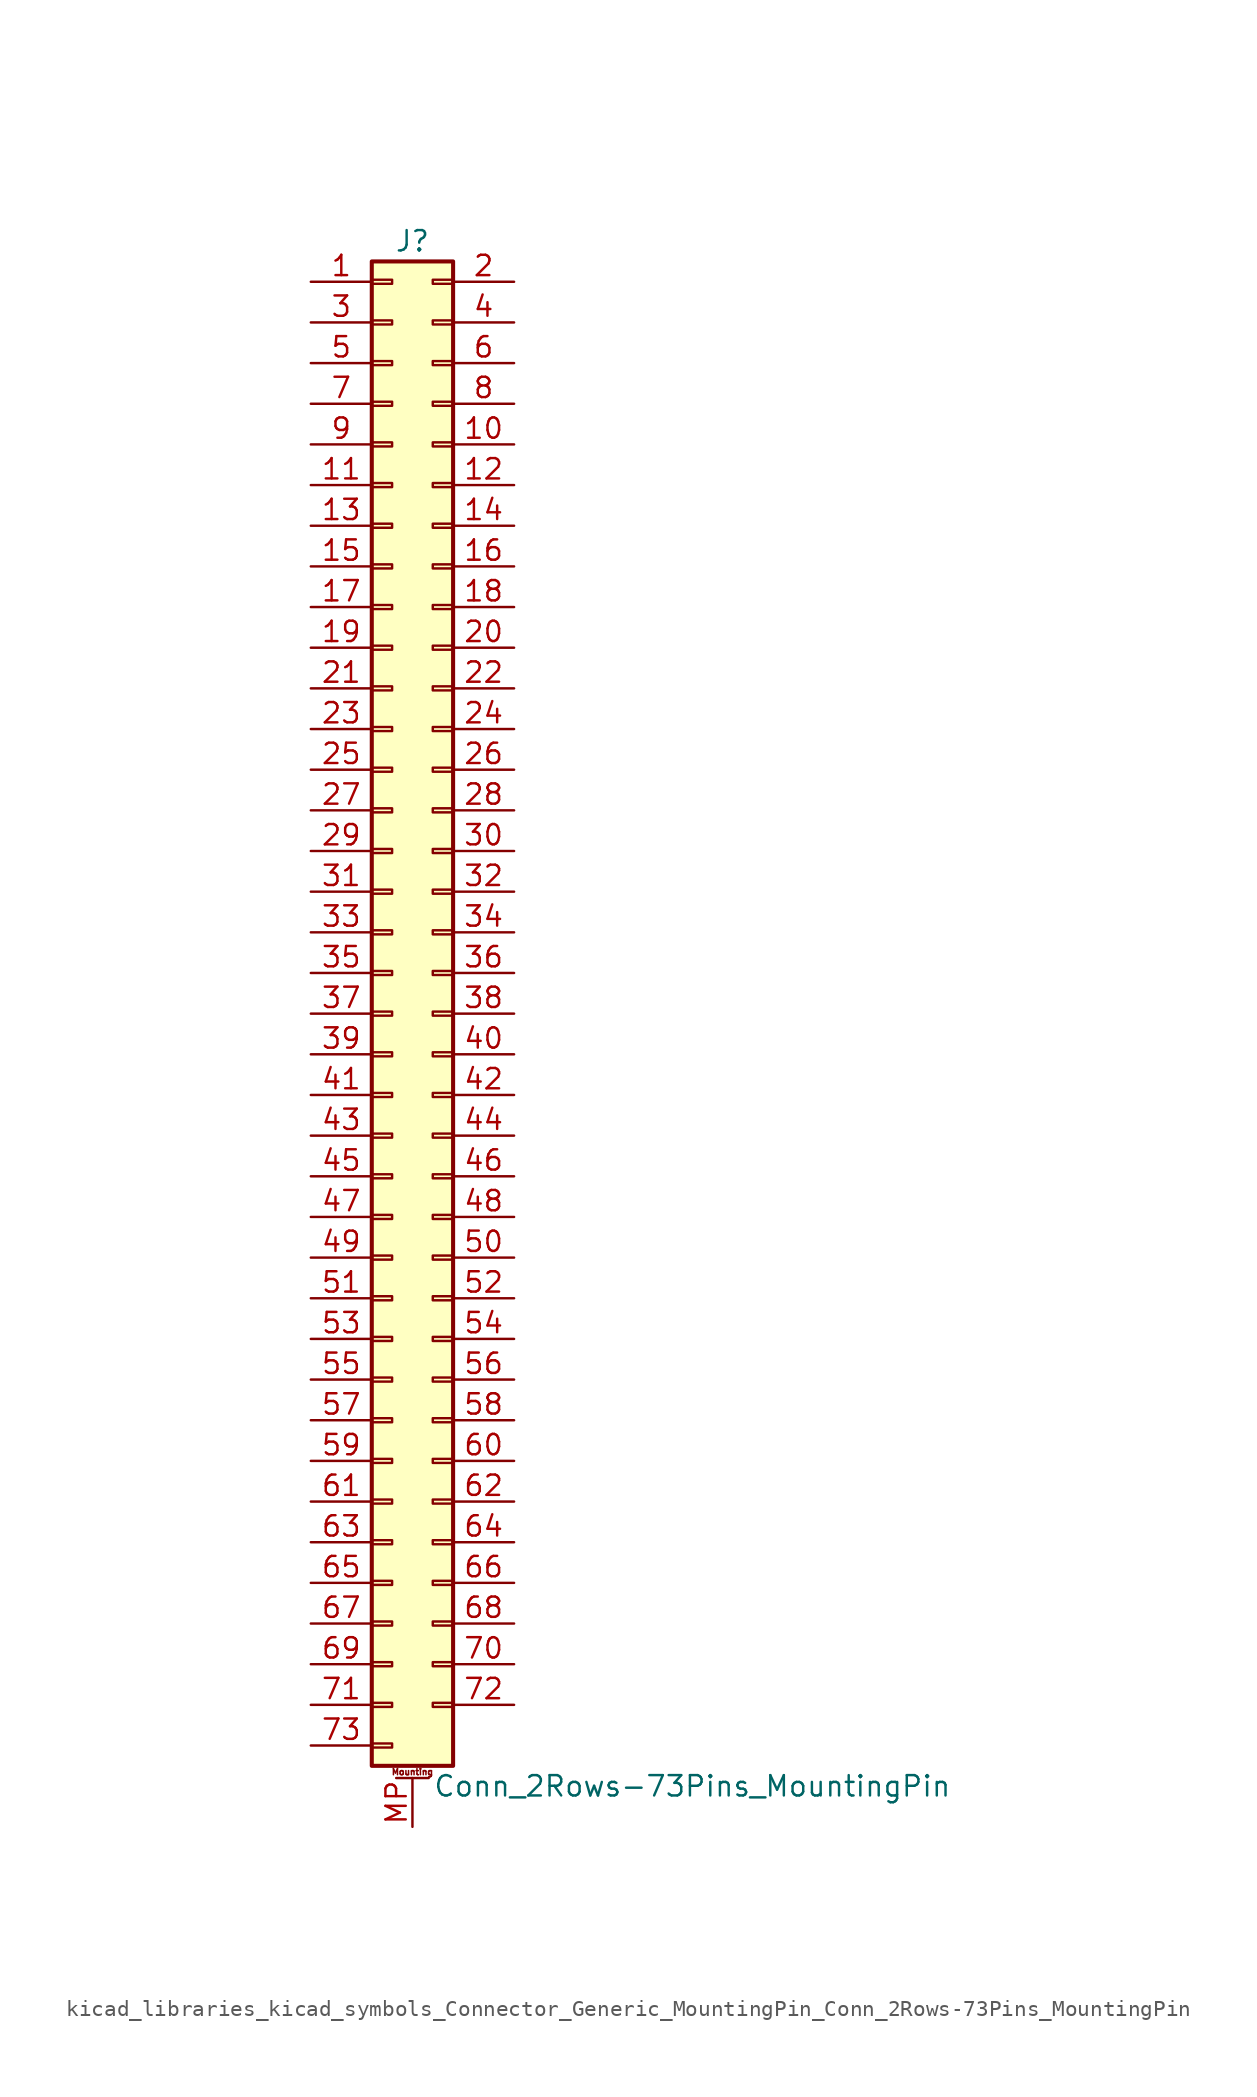
<source format=kicad_sym>
(kicad_symbol_lib
  (version 20220914)
  (generator kicad_symbol_editor)
  (symbol "kicad_libraries_kicad_symbols_Connector_Generic_MountingPin_Conn_2Rows-73Pins_MountingPin"
    (pin_names
      (offset 1.016) hide)
    (property "Reference" "J"
      (at 1.27 48.26 0)
      (effects (font (size 1.27 1.27))))
    (property "Value" "Conn_2Rows-73Pins_MountingPin"
      (at 2.54 -48.26 0)
      (effects (font (size 1.27 1.27)) (justify left)))
    (symbol "kicad_libraries_kicad_symbols_Connector_Generic_MountingPin_Conn_2Rows-73Pins_MountingPin_1_1"
      (rectangle (start -1.27 -45.593) (end 0 -45.847) (stroke (width 0.152) (type default)) (fill (type none)))
      (rectangle (start -1.27 -43.053) (end 0 -43.307) (stroke (width 0.152) (type default)) (fill (type none)))
      (rectangle (start -1.27 -40.513) (end 0 -40.767) (stroke (width 0.152) (type default)) (fill (type none)))
      (rectangle (start -1.27 -37.973) (end 0 -38.227) (stroke (width 0.152) (type default)) (fill (type none)))
      (rectangle (start -1.27 -35.433) (end 0 -35.687) (stroke (width 0.152) (type default)) (fill (type none)))
      (rectangle (start -1.27 -32.893) (end 0 -33.147) (stroke (width 0.152) (type default)) (fill (type none)))
      (rectangle (start -1.27 -30.353) (end 0 -30.607) (stroke (width 0.152) (type default)) (fill (type none)))
      (rectangle (start -1.27 -27.813) (end 0 -28.067) (stroke (width 0.152) (type default)) (fill (type none)))
      (rectangle (start -1.27 -25.273) (end 0 -25.527) (stroke (width 0.152) (type default)) (fill (type none)))
      (rectangle (start -1.27 -22.733) (end 0 -22.987) (stroke (width 0.152) (type default)) (fill (type none)))
      (rectangle (start -1.27 -20.193) (end 0 -20.447) (stroke (width 0.152) (type default)) (fill (type none)))
      (rectangle (start -1.27 -17.653) (end 0 -17.907) (stroke (width 0.152) (type default)) (fill (type none)))
      (rectangle (start -1.27 -15.113) (end 0 -15.367) (stroke (width 0.152) (type default)) (fill (type none)))
      (rectangle (start -1.27 -12.573) (end 0 -12.827) (stroke (width 0.152) (type default)) (fill (type none)))
      (rectangle (start -1.27 -10.033) (end 0 -10.287) (stroke (width 0.152) (type default)) (fill (type none)))
      (rectangle (start -1.27 -7.493) (end 0 -7.747) (stroke (width 0.152) (type default)) (fill (type none)))
      (rectangle (start -1.27 -4.953) (end 0 -5.207) (stroke (width 0.152) (type default)) (fill (type none)))
      (rectangle (start -1.27 -2.413) (end 0 -2.667) (stroke (width 0.152) (type default)) (fill (type none)))
      (rectangle (start -1.27 0.127) (end 0 -0.127) (stroke (width 0.152) (type default)) (fill (type none)))
      (rectangle (start -1.27 2.667) (end 0 2.413) (stroke (width 0.152) (type default)) (fill (type none)))
      (rectangle (start -1.27 5.207) (end 0 4.953) (stroke (width 0.152) (type default)) (fill (type none)))
      (rectangle (start -1.27 7.747) (end 0 7.493) (stroke (width 0.152) (type default)) (fill (type none)))
      (rectangle (start -1.27 10.287) (end 0 10.033) (stroke (width 0.152) (type default)) (fill (type none)))
      (rectangle (start -1.27 12.827) (end 0 12.573) (stroke (width 0.152) (type default)) (fill (type none)))
      (rectangle (start -1.27 15.367) (end 0 15.113) (stroke (width 0.152) (type default)) (fill (type none)))
      (rectangle (start -1.27 17.907) (end 0 17.653) (stroke (width 0.152) (type default)) (fill (type none)))
      (rectangle (start -1.27 20.447) (end 0 20.193) (stroke (width 0.152) (type default)) (fill (type none)))
      (rectangle (start -1.27 22.987) (end 0 22.733) (stroke (width 0.152) (type default)) (fill (type none)))
      (rectangle (start -1.27 25.527) (end 0 25.273) (stroke (width 0.152) (type default)) (fill (type none)))
      (rectangle (start -1.27 28.067) (end 0 27.813) (stroke (width 0.152) (type default)) (fill (type none)))
      (rectangle (start -1.27 30.607) (end 0 30.353) (stroke (width 0.152) (type default)) (fill (type none)))
      (rectangle (start -1.27 33.147) (end 0 32.893) (stroke (width 0.152) (type default)) (fill (type none)))
      (rectangle (start -1.27 35.687) (end 0 35.433) (stroke (width 0.152) (type default)) (fill (type none)))
      (rectangle (start -1.27 38.227) (end 0 37.973) (stroke (width 0.152) (type default)) (fill (type none)))
      (rectangle (start -1.27 40.767) (end 0 40.513) (stroke (width 0.152) (type default)) (fill (type none)))
      (rectangle (start -1.27 43.307) (end 0 43.053) (stroke (width 0.152) (type default)) (fill (type none)))
      (rectangle (start -1.27 45.847) (end 0 45.593) (stroke (width 0.152) (type default)) (fill (type none)))
      (rectangle (start -1.27 46.99) (end 3.81 -46.99) (stroke (width 0.254) (type default)) (fill (type background)))
      (polyline (pts (xy 0.254 -47.752) (xy 2.286 -47.752)) (stroke (width 0.152) (type default)) (fill (type none)))
      (rectangle (start 3.81 -43.053) (end 2.54 -43.307) (stroke (width 0.152) (type default)) (fill (type none)))
      (rectangle (start 3.81 -40.513) (end 2.54 -40.767) (stroke (width 0.152) (type default)) (fill (type none)))
      (rectangle (start 3.81 -37.973) (end 2.54 -38.227) (stroke (width 0.152) (type default)) (fill (type none)))
      (rectangle (start 3.81 -35.433) (end 2.54 -35.687) (stroke (width 0.152) (type default)) (fill (type none)))
      (rectangle (start 3.81 -32.893) (end 2.54 -33.147) (stroke (width 0.152) (type default)) (fill (type none)))
      (rectangle (start 3.81 -30.353) (end 2.54 -30.607) (stroke (width 0.152) (type default)) (fill (type none)))
      (rectangle (start 3.81 -27.813) (end 2.54 -28.067) (stroke (width 0.152) (type default)) (fill (type none)))
      (rectangle (start 3.81 -25.273) (end 2.54 -25.527) (stroke (width 0.152) (type default)) (fill (type none)))
      (rectangle (start 3.81 -22.733) (end 2.54 -22.987) (stroke (width 0.152) (type default)) (fill (type none)))
      (rectangle (start 3.81 -20.193) (end 2.54 -20.447) (stroke (width 0.152) (type default)) (fill (type none)))
      (rectangle (start 3.81 -17.653) (end 2.54 -17.907) (stroke (width 0.152) (type default)) (fill (type none)))
      (rectangle (start 3.81 -15.113) (end 2.54 -15.367) (stroke (width 0.152) (type default)) (fill (type none)))
      (rectangle (start 3.81 -12.573) (end 2.54 -12.827) (stroke (width 0.152) (type default)) (fill (type none)))
      (rectangle (start 3.81 -10.033) (end 2.54 -10.287) (stroke (width 0.152) (type default)) (fill (type none)))
      (rectangle (start 3.81 -7.493) (end 2.54 -7.747) (stroke (width 0.152) (type default)) (fill (type none)))
      (rectangle (start 3.81 -4.953) (end 2.54 -5.207) (stroke (width 0.152) (type default)) (fill (type none)))
      (rectangle (start 3.81 -2.413) (end 2.54 -2.667) (stroke (width 0.152) (type default)) (fill (type none)))
      (rectangle (start 3.81 0.127) (end 2.54 -0.127) (stroke (width 0.152) (type default)) (fill (type none)))
      (rectangle (start 3.81 2.667) (end 2.54 2.413) (stroke (width 0.152) (type default)) (fill (type none)))
      (rectangle (start 3.81 5.207) (end 2.54 4.953) (stroke (width 0.152) (type default)) (fill (type none)))
      (rectangle (start 3.81 7.747) (end 2.54 7.493) (stroke (width 0.152) (type default)) (fill (type none)))
      (rectangle (start 3.81 10.287) (end 2.54 10.033) (stroke (width 0.152) (type default)) (fill (type none)))
      (rectangle (start 3.81 12.827) (end 2.54 12.573) (stroke (width 0.152) (type default)) (fill (type none)))
      (rectangle (start 3.81 15.367) (end 2.54 15.113) (stroke (width 0.152) (type default)) (fill (type none)))
      (rectangle (start 3.81 17.907) (end 2.54 17.653) (stroke (width 0.152) (type default)) (fill (type none)))
      (rectangle (start 3.81 20.447) (end 2.54 20.193) (stroke (width 0.152) (type default)) (fill (type none)))
      (rectangle (start 3.81 22.987) (end 2.54 22.733) (stroke (width 0.152) (type default)) (fill (type none)))
      (rectangle (start 3.81 25.527) (end 2.54 25.273) (stroke (width 0.152) (type default)) (fill (type none)))
      (rectangle (start 3.81 28.067) (end 2.54 27.813) (stroke (width 0.152) (type default)) (fill (type none)))
      (rectangle (start 3.81 30.607) (end 2.54 30.353) (stroke (width 0.152) (type default)) (fill (type none)))
      (rectangle (start 3.81 33.147) (end 2.54 32.893) (stroke (width 0.152) (type default)) (fill (type none)))
      (rectangle (start 3.81 35.687) (end 2.54 35.433) (stroke (width 0.152) (type default)) (fill (type none)))
      (rectangle (start 3.81 38.227) (end 2.54 37.973) (stroke (width 0.152) (type default)) (fill (type none)))
      (rectangle (start 3.81 40.767) (end 2.54 40.513) (stroke (width 0.152) (type default)) (fill (type none)))
      (rectangle (start 3.81 43.307) (end 2.54 43.053) (stroke (width 0.152) (type default)) (fill (type none)))
      (rectangle (start 3.81 45.847) (end 2.54 45.593) (stroke (width 0.152) (type default)) (fill (type none)))
      (text "Mounting" (at 1.27 -47.371 0) (effects (font (size 0.381 0.381))))
      (pin passive line (at -5.08 45.72 0) (length 3.81) (name "Pin_1" (effects (font (size 1.27 1.27)))) (number "1" (effects (font (size 1.27 1.27)))))
      (pin passive line (at 7.62 35.56 180) (length 3.81) (name "Pin_10" (effects (font (size 1.27 1.27)))) (number "10" (effects (font (size 1.27 1.27)))))
      (pin passive line (at -5.08 33.02 0) (length 3.81) (name "Pin_11" (effects (font (size 1.27 1.27)))) (number "11" (effects (font (size 1.27 1.27)))))
      (pin passive line (at 7.62 33.02 180) (length 3.81) (name "Pin_12" (effects (font (size 1.27 1.27)))) (number "12" (effects (font (size 1.27 1.27)))))
      (pin passive line (at -5.08 30.48 0) (length 3.81) (name "Pin_13" (effects (font (size 1.27 1.27)))) (number "13" (effects (font (size 1.27 1.27)))))
      (pin passive line (at 7.62 30.48 180) (length 3.81) (name "Pin_14" (effects (font (size 1.27 1.27)))) (number "14" (effects (font (size 1.27 1.27)))))
      (pin passive line (at -5.08 27.94 0) (length 3.81) (name "Pin_15" (effects (font (size 1.27 1.27)))) (number "15" (effects (font (size 1.27 1.27)))))
      (pin passive line (at 7.62 27.94 180) (length 3.81) (name "Pin_16" (effects (font (size 1.27 1.27)))) (number "16" (effects (font (size 1.27 1.27)))))
      (pin passive line (at -5.08 25.4 0) (length 3.81) (name "Pin_17" (effects (font (size 1.27 1.27)))) (number "17" (effects (font (size 1.27 1.27)))))
      (pin passive line (at 7.62 25.4 180) (length 3.81) (name "Pin_18" (effects (font (size 1.27 1.27)))) (number "18" (effects (font (size 1.27 1.27)))))
      (pin passive line (at -5.08 22.86 0) (length 3.81) (name "Pin_19" (effects (font (size 1.27 1.27)))) (number "19" (effects (font (size 1.27 1.27)))))
      (pin passive line (at 7.62 45.72 180) (length 3.81) (name "Pin_2" (effects (font (size 1.27 1.27)))) (number "2" (effects (font (size 1.27 1.27)))))
      (pin passive line (at 7.62 22.86 180) (length 3.81) (name "Pin_20" (effects (font (size 1.27 1.27)))) (number "20" (effects (font (size 1.27 1.27)))))
      (pin passive line (at -5.08 20.32 0) (length 3.81) (name "Pin_21" (effects (font (size 1.27 1.27)))) (number "21" (effects (font (size 1.27 1.27)))))
      (pin passive line (at 7.62 20.32 180) (length 3.81) (name "Pin_22" (effects (font (size 1.27 1.27)))) (number "22" (effects (font (size 1.27 1.27)))))
      (pin passive line (at -5.08 17.78 0) (length 3.81) (name "Pin_23" (effects (font (size 1.27 1.27)))) (number "23" (effects (font (size 1.27 1.27)))))
      (pin passive line (at 7.62 17.78 180) (length 3.81) (name "Pin_24" (effects (font (size 1.27 1.27)))) (number "24" (effects (font (size 1.27 1.27)))))
      (pin passive line (at -5.08 15.24 0) (length 3.81) (name "Pin_25" (effects (font (size 1.27 1.27)))) (number "25" (effects (font (size 1.27 1.27)))))
      (pin passive line (at 7.62 15.24 180) (length 3.81) (name "Pin_26" (effects (font (size 1.27 1.27)))) (number "26" (effects (font (size 1.27 1.27)))))
      (pin passive line (at -5.08 12.7 0) (length 3.81) (name "Pin_27" (effects (font (size 1.27 1.27)))) (number "27" (effects (font (size 1.27 1.27)))))
      (pin passive line (at 7.62 12.7 180) (length 3.81) (name "Pin_28" (effects (font (size 1.27 1.27)))) (number "28" (effects (font (size 1.27 1.27)))))
      (pin passive line (at -5.08 10.16 0) (length 3.81) (name "Pin_29" (effects (font (size 1.27 1.27)))) (number "29" (effects (font (size 1.27 1.27)))))
      (pin passive line (at -5.08 43.18 0) (length 3.81) (name "Pin_3" (effects (font (size 1.27 1.27)))) (number "3" (effects (font (size 1.27 1.27)))))
      (pin passive line (at 7.62 10.16 180) (length 3.81) (name "Pin_30" (effects (font (size 1.27 1.27)))) (number "30" (effects (font (size 1.27 1.27)))))
      (pin passive line (at -5.08 7.62 0) (length 3.81) (name "Pin_31" (effects (font (size 1.27 1.27)))) (number "31" (effects (font (size 1.27 1.27)))))
      (pin passive line (at 7.62 7.62 180) (length 3.81) (name "Pin_32" (effects (font (size 1.27 1.27)))) (number "32" (effects (font (size 1.27 1.27)))))
      (pin passive line (at -5.08 5.08 0) (length 3.81) (name "Pin_33" (effects (font (size 1.27 1.27)))) (number "33" (effects (font (size 1.27 1.27)))))
      (pin passive line (at 7.62 5.08 180) (length 3.81) (name "Pin_34" (effects (font (size 1.27 1.27)))) (number "34" (effects (font (size 1.27 1.27)))))
      (pin passive line (at -5.08 2.54 0) (length 3.81) (name "Pin_35" (effects (font (size 1.27 1.27)))) (number "35" (effects (font (size 1.27 1.27)))))
      (pin passive line (at 7.62 2.54 180) (length 3.81) (name "Pin_36" (effects (font (size 1.27 1.27)))) (number "36" (effects (font (size 1.27 1.27)))))
      (pin passive line (at -5.08 0 0) (length 3.81) (name "Pin_37" (effects (font (size 1.27 1.27)))) (number "37" (effects (font (size 1.27 1.27)))))
      (pin passive line (at 7.62 0 180) (length 3.81) (name "Pin_38" (effects (font (size 1.27 1.27)))) (number "38" (effects (font (size 1.27 1.27)))))
      (pin passive line (at -5.08 -2.54 0) (length 3.81) (name "Pin_39" (effects (font (size 1.27 1.27)))) (number "39" (effects (font (size 1.27 1.27)))))
      (pin passive line (at 7.62 43.18 180) (length 3.81) (name "Pin_4" (effects (font (size 1.27 1.27)))) (number "4" (effects (font (size 1.27 1.27)))))
      (pin passive line (at 7.62 -2.54 180) (length 3.81) (name "Pin_40" (effects (font (size 1.27 1.27)))) (number "40" (effects (font (size 1.27 1.27)))))
      (pin passive line (at -5.08 -5.08 0) (length 3.81) (name "Pin_41" (effects (font (size 1.27 1.27)))) (number "41" (effects (font (size 1.27 1.27)))))
      (pin passive line (at 7.62 -5.08 180) (length 3.81) (name "Pin_42" (effects (font (size 1.27 1.27)))) (number "42" (effects (font (size 1.27 1.27)))))
      (pin passive line (at -5.08 -7.62 0) (length 3.81) (name "Pin_43" (effects (font (size 1.27 1.27)))) (number "43" (effects (font (size 1.27 1.27)))))
      (pin passive line (at 7.62 -7.62 180) (length 3.81) (name "Pin_44" (effects (font (size 1.27 1.27)))) (number "44" (effects (font (size 1.27 1.27)))))
      (pin passive line (at -5.08 -10.16 0) (length 3.81) (name "Pin_45" (effects (font (size 1.27 1.27)))) (number "45" (effects (font (size 1.27 1.27)))))
      (pin passive line (at 7.62 -10.16 180) (length 3.81) (name "Pin_46" (effects (font (size 1.27 1.27)))) (number "46" (effects (font (size 1.27 1.27)))))
      (pin passive line (at -5.08 -12.7 0) (length 3.81) (name "Pin_47" (effects (font (size 1.27 1.27)))) (number "47" (effects (font (size 1.27 1.27)))))
      (pin passive line (at 7.62 -12.7 180) (length 3.81) (name "Pin_48" (effects (font (size 1.27 1.27)))) (number "48" (effects (font (size 1.27 1.27)))))
      (pin passive line (at -5.08 -15.24 0) (length 3.81) (name "Pin_49" (effects (font (size 1.27 1.27)))) (number "49" (effects (font (size 1.27 1.27)))))
      (pin passive line (at -5.08 40.64 0) (length 3.81) (name "Pin_5" (effects (font (size 1.27 1.27)))) (number "5" (effects (font (size 1.27 1.27)))))
      (pin passive line (at 7.62 -15.24 180) (length 3.81) (name "Pin_50" (effects (font (size 1.27 1.27)))) (number "50" (effects (font (size 1.27 1.27)))))
      (pin passive line (at -5.08 -17.78 0) (length 3.81) (name "Pin_51" (effects (font (size 1.27 1.27)))) (number "51" (effects (font (size 1.27 1.27)))))
      (pin passive line (at 7.62 -17.78 180) (length 3.81) (name "Pin_52" (effects (font (size 1.27 1.27)))) (number "52" (effects (font (size 1.27 1.27)))))
      (pin passive line (at -5.08 -20.32 0) (length 3.81) (name "Pin_53" (effects (font (size 1.27 1.27)))) (number "53" (effects (font (size 1.27 1.27)))))
      (pin passive line (at 7.62 -20.32 180) (length 3.81) (name "Pin_54" (effects (font (size 1.27 1.27)))) (number "54" (effects (font (size 1.27 1.27)))))
      (pin passive line (at -5.08 -22.86 0) (length 3.81) (name "Pin_55" (effects (font (size 1.27 1.27)))) (number "55" (effects (font (size 1.27 1.27)))))
      (pin passive line (at 7.62 -22.86 180) (length 3.81) (name "Pin_56" (effects (font (size 1.27 1.27)))) (number "56" (effects (font (size 1.27 1.27)))))
      (pin passive line (at -5.08 -25.4 0) (length 3.81) (name "Pin_57" (effects (font (size 1.27 1.27)))) (number "57" (effects (font (size 1.27 1.27)))))
      (pin passive line (at 7.62 -25.4 180) (length 3.81) (name "Pin_58" (effects (font (size 1.27 1.27)))) (number "58" (effects (font (size 1.27 1.27)))))
      (pin passive line (at -5.08 -27.94 0) (length 3.81) (name "Pin_59" (effects (font (size 1.27 1.27)))) (number "59" (effects (font (size 1.27 1.27)))))
      (pin passive line (at 7.62 40.64 180) (length 3.81) (name "Pin_6" (effects (font (size 1.27 1.27)))) (number "6" (effects (font (size 1.27 1.27)))))
      (pin passive line (at 7.62 -27.94 180) (length 3.81) (name "Pin_60" (effects (font (size 1.27 1.27)))) (number "60" (effects (font (size 1.27 1.27)))))
      (pin passive line (at -5.08 -30.48 0) (length 3.81) (name "Pin_61" (effects (font (size 1.27 1.27)))) (number "61" (effects (font (size 1.27 1.27)))))
      (pin passive line (at 7.62 -30.48 180) (length 3.81) (name "Pin_62" (effects (font (size 1.27 1.27)))) (number "62" (effects (font (size 1.27 1.27)))))
      (pin passive line (at -5.08 -33.02 0) (length 3.81) (name "Pin_63" (effects (font (size 1.27 1.27)))) (number "63" (effects (font (size 1.27 1.27)))))
      (pin passive line (at 7.62 -33.02 180) (length 3.81) (name "Pin_64" (effects (font (size 1.27 1.27)))) (number "64" (effects (font (size 1.27 1.27)))))
      (pin passive line (at -5.08 -35.56 0) (length 3.81) (name "Pin_65" (effects (font (size 1.27 1.27)))) (number "65" (effects (font (size 1.27 1.27)))))
      (pin passive line (at 7.62 -35.56 180) (length 3.81) (name "Pin_66" (effects (font (size 1.27 1.27)))) (number "66" (effects (font (size 1.27 1.27)))))
      (pin passive line (at -5.08 -38.1 0) (length 3.81) (name "Pin_67" (effects (font (size 1.27 1.27)))) (number "67" (effects (font (size 1.27 1.27)))))
      (pin passive line (at 7.62 -38.1 180) (length 3.81) (name "Pin_68" (effects (font (size 1.27 1.27)))) (number "68" (effects (font (size 1.27 1.27)))))
      (pin passive line (at -5.08 -40.64 0) (length 3.81) (name "Pin_69" (effects (font (size 1.27 1.27)))) (number "69" (effects (font (size 1.27 1.27)))))
      (pin passive line (at -5.08 38.1 0) (length 3.81) (name "Pin_7" (effects (font (size 1.27 1.27)))) (number "7" (effects (font (size 1.27 1.27)))))
      (pin passive line (at 7.62 -40.64 180) (length 3.81) (name "Pin_70" (effects (font (size 1.27 1.27)))) (number "70" (effects (font (size 1.27 1.27)))))
      (pin passive line (at -5.08 -43.18 0) (length 3.81) (name "Pin_71" (effects (font (size 1.27 1.27)))) (number "71" (effects (font (size 1.27 1.27)))))
      (pin passive line (at 7.62 -43.18 180) (length 3.81) (name "Pin_72" (effects (font (size 1.27 1.27)))) (number "72" (effects (font (size 1.27 1.27)))))
      (pin passive line (at -5.08 -45.72 0) (length 3.81) (name "Pin_73" (effects (font (size 1.27 1.27)))) (number "73" (effects (font (size 1.27 1.27)))))
      (pin passive line (at 7.62 38.1 180) (length 3.81) (name "Pin_8" (effects (font (size 1.27 1.27)))) (number "8" (effects (font (size 1.27 1.27)))))
      (pin passive line (at -5.08 35.56 0) (length 3.81) (name "Pin_9" (effects (font (size 1.27 1.27)))) (number "9" (effects (font (size 1.27 1.27)))))
      (pin passive line (at 1.27 -50.8 90) (length 3.048) (name "MountPin" (effects (font (size 1.27 1.27)))) (number "MP" (effects (font (size 1.27 1.27))))))))
</source>
